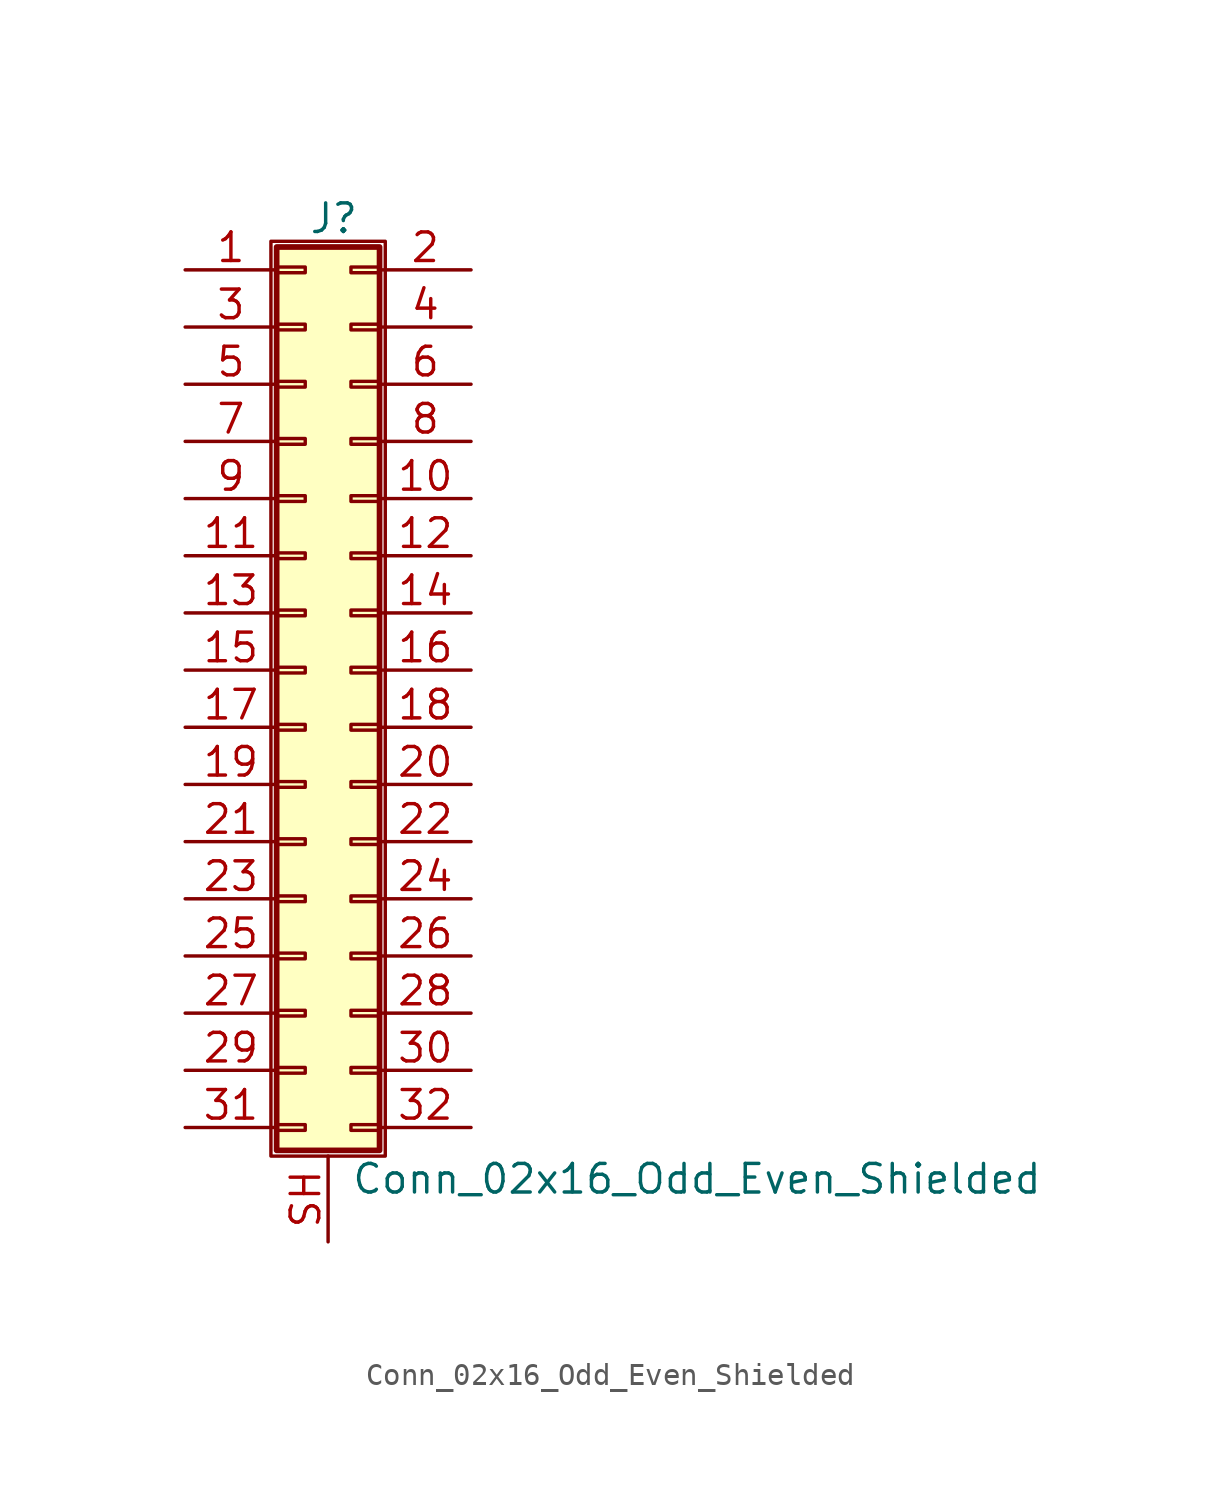
<source format=kicad_sym>
(kicad_symbol_lib
  (version 20201005)
  (generator kicad_symbol_editor)
  (symbol "Conn_02x16_Odd_Even_Shielded"
    (pin_names
      (offset 1.016) hide)
    (property "Reference" "J"
      (at 1.524 20.066 0)
      (effects (font (size 1.27 1.27))))
    (property "Value" "Conn_02x16_Odd_Even_Shielded"
      (at 2.286 -22.606 0)
      (effects (font (size 1.27 1.27)) (justify left)))
    (symbol "Conn_02x16_Odd_Even_Shielded_1_1"
      (rectangle (start -1.27 19.05) (end 3.81 -21.59) (stroke (width 0.152)) (fill (type none)))
      (rectangle (start -1.016 -20.193) (end 0.254 -20.447) (stroke (width 0.152)) (fill (type none)))
      (rectangle (start -1.016 -17.653) (end 0.254 -17.907) (stroke (width 0.152)) (fill (type none)))
      (rectangle (start -1.016 -15.113) (end 0.254 -15.367) (stroke (width 0.152)) (fill (type none)))
      (rectangle (start -1.016 -12.573) (end 0.254 -12.827) (stroke (width 0.152)) (fill (type none)))
      (rectangle (start -1.016 -10.033) (end 0.254 -10.287) (stroke (width 0.152)) (fill (type none)))
      (rectangle (start -1.016 -7.493) (end 0.254 -7.747) (stroke (width 0.152)) (fill (type none)))
      (rectangle (start -1.016 -4.953) (end 0.254 -5.207) (stroke (width 0.152)) (fill (type none)))
      (rectangle (start -1.016 -2.413) (end 0.254 -2.667) (stroke (width 0.152)) (fill (type none)))
      (rectangle (start -1.016 0.127) (end 0.254 -0.127) (stroke (width 0.152)) (fill (type none)))
      (rectangle (start -1.016 2.667) (end 0.254 2.413) (stroke (width 0.152)) (fill (type none)))
      (rectangle (start -1.016 5.207) (end 0.254 4.953) (stroke (width 0.152)) (fill (type none)))
      (rectangle (start -1.016 7.747) (end 0.254 7.493) (stroke (width 0.152)) (fill (type none)))
      (rectangle (start -1.016 10.287) (end 0.254 10.033) (stroke (width 0.152)) (fill (type none)))
      (rectangle (start -1.016 12.827) (end 0.254 12.573) (stroke (width 0.152)) (fill (type none)))
      (rectangle (start -1.016 15.367) (end 0.254 15.113) (stroke (width 0.152)) (fill (type none)))
      (rectangle (start -1.016 17.907) (end 0.254 17.653) (stroke (width 0.152)) (fill (type none)))
      (rectangle (start -1.016 18.796) (end 3.556 -21.336) (stroke (width 0.254)) (fill (type background)))
      (rectangle (start 3.556 -20.193) (end 2.286 -20.447) (stroke (width 0.152)) (fill (type none)))
      (rectangle (start 3.556 -17.653) (end 2.286 -17.907) (stroke (width 0.152)) (fill (type none)))
      (rectangle (start 3.556 -15.113) (end 2.286 -15.367) (stroke (width 0.152)) (fill (type none)))
      (rectangle (start 3.556 -12.573) (end 2.286 -12.827) (stroke (width 0.152)) (fill (type none)))
      (rectangle (start 3.556 -10.033) (end 2.286 -10.287) (stroke (width 0.152)) (fill (type none)))
      (rectangle (start 3.556 -7.493) (end 2.286 -7.747) (stroke (width 0.152)) (fill (type none)))
      (rectangle (start 3.556 -4.953) (end 2.286 -5.207) (stroke (width 0.152)) (fill (type none)))
      (rectangle (start 3.556 -2.413) (end 2.286 -2.667) (stroke (width 0.152)) (fill (type none)))
      (rectangle (start 3.556 0.127) (end 2.286 -0.127) (stroke (width 0.152)) (fill (type none)))
      (rectangle (start 3.556 2.667) (end 2.286 2.413) (stroke (width 0.152)) (fill (type none)))
      (rectangle (start 3.556 5.207) (end 2.286 4.953) (stroke (width 0.152)) (fill (type none)))
      (rectangle (start 3.556 7.747) (end 2.286 7.493) (stroke (width 0.152)) (fill (type none)))
      (rectangle (start 3.556 10.287) (end 2.286 10.033) (stroke (width 0.152)) (fill (type none)))
      (rectangle (start 3.556 12.827) (end 2.286 12.573) (stroke (width 0.152)) (fill (type none)))
      (rectangle (start 3.556 15.367) (end 2.286 15.113) (stroke (width 0.152)) (fill (type none)))
      (rectangle (start 3.556 17.907) (end 2.286 17.653) (stroke (width 0.152)) (fill (type none)))
      (pin passive line (at -5.08 17.78 0) (length 4.064) (name "Pin_1" (effects (font (size 1.27 1.27)))) (number "1" (effects (font (size 1.27 1.27)))))
      (pin passive line (at 7.62 7.62 180) (length 4.064) (name "Pin_10" (effects (font (size 1.27 1.27)))) (number "10" (effects (font (size 1.27 1.27)))))
      (pin passive line (at -5.08 5.08 0) (length 4.064) (name "Pin_11" (effects (font (size 1.27 1.27)))) (number "11" (effects (font (size 1.27 1.27)))))
      (pin passive line (at 7.62 5.08 180) (length 4.064) (name "Pin_12" (effects (font (size 1.27 1.27)))) (number "12" (effects (font (size 1.27 1.27)))))
      (pin passive line (at -5.08 2.54 0) (length 4.064) (name "Pin_13" (effects (font (size 1.27 1.27)))) (number "13" (effects (font (size 1.27 1.27)))))
      (pin passive line (at 7.62 2.54 180) (length 4.064) (name "Pin_14" (effects (font (size 1.27 1.27)))) (number "14" (effects (font (size 1.27 1.27)))))
      (pin passive line (at -5.08 0 0) (length 4.064) (name "Pin_15" (effects (font (size 1.27 1.27)))) (number "15" (effects (font (size 1.27 1.27)))))
      (pin passive line (at 7.62 0 180) (length 4.064) (name "Pin_16" (effects (font (size 1.27 1.27)))) (number "16" (effects (font (size 1.27 1.27)))))
      (pin passive line (at -5.08 -2.54 0) (length 4.064) (name "Pin_17" (effects (font (size 1.27 1.27)))) (number "17" (effects (font (size 1.27 1.27)))))
      (pin passive line (at 7.62 -2.54 180) (length 4.064) (name "Pin_18" (effects (font (size 1.27 1.27)))) (number "18" (effects (font (size 1.27 1.27)))))
      (pin passive line (at -5.08 -5.08 0) (length 4.064) (name "Pin_19" (effects (font (size 1.27 1.27)))) (number "19" (effects (font (size 1.27 1.27)))))
      (pin passive line (at 7.62 17.78 180) (length 4.064) (name "Pin_2" (effects (font (size 1.27 1.27)))) (number "2" (effects (font (size 1.27 1.27)))))
      (pin passive line (at 7.62 -5.08 180) (length 4.064) (name "Pin_20" (effects (font (size 1.27 1.27)))) (number "20" (effects (font (size 1.27 1.27)))))
      (pin passive line (at -5.08 -7.62 0) (length 4.064) (name "Pin_21" (effects (font (size 1.27 1.27)))) (number "21" (effects (font (size 1.27 1.27)))))
      (pin passive line (at 7.62 -7.62 180) (length 4.064) (name "Pin_22" (effects (font (size 1.27 1.27)))) (number "22" (effects (font (size 1.27 1.27)))))
      (pin passive line (at -5.08 -10.16 0) (length 4.064) (name "Pin_23" (effects (font (size 1.27 1.27)))) (number "23" (effects (font (size 1.27 1.27)))))
      (pin passive line (at 7.62 -10.16 180) (length 4.064) (name "Pin_24" (effects (font (size 1.27 1.27)))) (number "24" (effects (font (size 1.27 1.27)))))
      (pin passive line (at -5.08 -12.7 0) (length 4.064) (name "Pin_25" (effects (font (size 1.27 1.27)))) (number "25" (effects (font (size 1.27 1.27)))))
      (pin passive line (at 7.62 -12.7 180) (length 4.064) (name "Pin_26" (effects (font (size 1.27 1.27)))) (number "26" (effects (font (size 1.27 1.27)))))
      (pin passive line (at -5.08 -15.24 0) (length 4.064) (name "Pin_27" (effects (font (size 1.27 1.27)))) (number "27" (effects (font (size 1.27 1.27)))))
      (pin passive line (at 7.62 -15.24 180) (length 4.064) (name "Pin_28" (effects (font (size 1.27 1.27)))) (number "28" (effects (font (size 1.27 1.27)))))
      (pin passive line (at -5.08 -17.78 0) (length 4.064) (name "Pin_29" (effects (font (size 1.27 1.27)))) (number "29" (effects (font (size 1.27 1.27)))))
      (pin passive line (at -5.08 15.24 0) (length 4.064) (name "Pin_3" (effects (font (size 1.27 1.27)))) (number "3" (effects (font (size 1.27 1.27)))))
      (pin passive line (at 7.62 -17.78 180) (length 4.064) (name "Pin_30" (effects (font (size 1.27 1.27)))) (number "30" (effects (font (size 1.27 1.27)))))
      (pin passive line (at -5.08 -20.32 0) (length 4.064) (name "Pin_31" (effects (font (size 1.27 1.27)))) (number "31" (effects (font (size 1.27 1.27)))))
      (pin passive line (at 7.62 -20.32 180) (length 4.064) (name "Pin_32" (effects (font (size 1.27 1.27)))) (number "32" (effects (font (size 1.27 1.27)))))
      (pin passive line (at 7.62 15.24 180) (length 4.064) (name "Pin_4" (effects (font (size 1.27 1.27)))) (number "4" (effects (font (size 1.27 1.27)))))
      (pin passive line (at -5.08 12.7 0) (length 4.064) (name "Pin_5" (effects (font (size 1.27 1.27)))) (number "5" (effects (font (size 1.27 1.27)))))
      (pin passive line (at 7.62 12.7 180) (length 4.064) (name "Pin_6" (effects (font (size 1.27 1.27)))) (number "6" (effects (font (size 1.27 1.27)))))
      (pin passive line (at -5.08 10.16 0) (length 4.064) (name "Pin_7" (effects (font (size 1.27 1.27)))) (number "7" (effects (font (size 1.27 1.27)))))
      (pin passive line (at 7.62 10.16 180) (length 4.064) (name "Pin_8" (effects (font (size 1.27 1.27)))) (number "8" (effects (font (size 1.27 1.27)))))
      (pin passive line (at -5.08 7.62 0) (length 4.064) (name "Pin_9" (effects (font (size 1.27 1.27)))) (number "9" (effects (font (size 1.27 1.27)))))
      (pin passive line (at 1.27 -25.4 90) (length 3.81) (name "Shield" (effects (font (size 1.27 1.27)))) (number "SH" (effects (font (size 1.27 1.27))))))))
</source>
